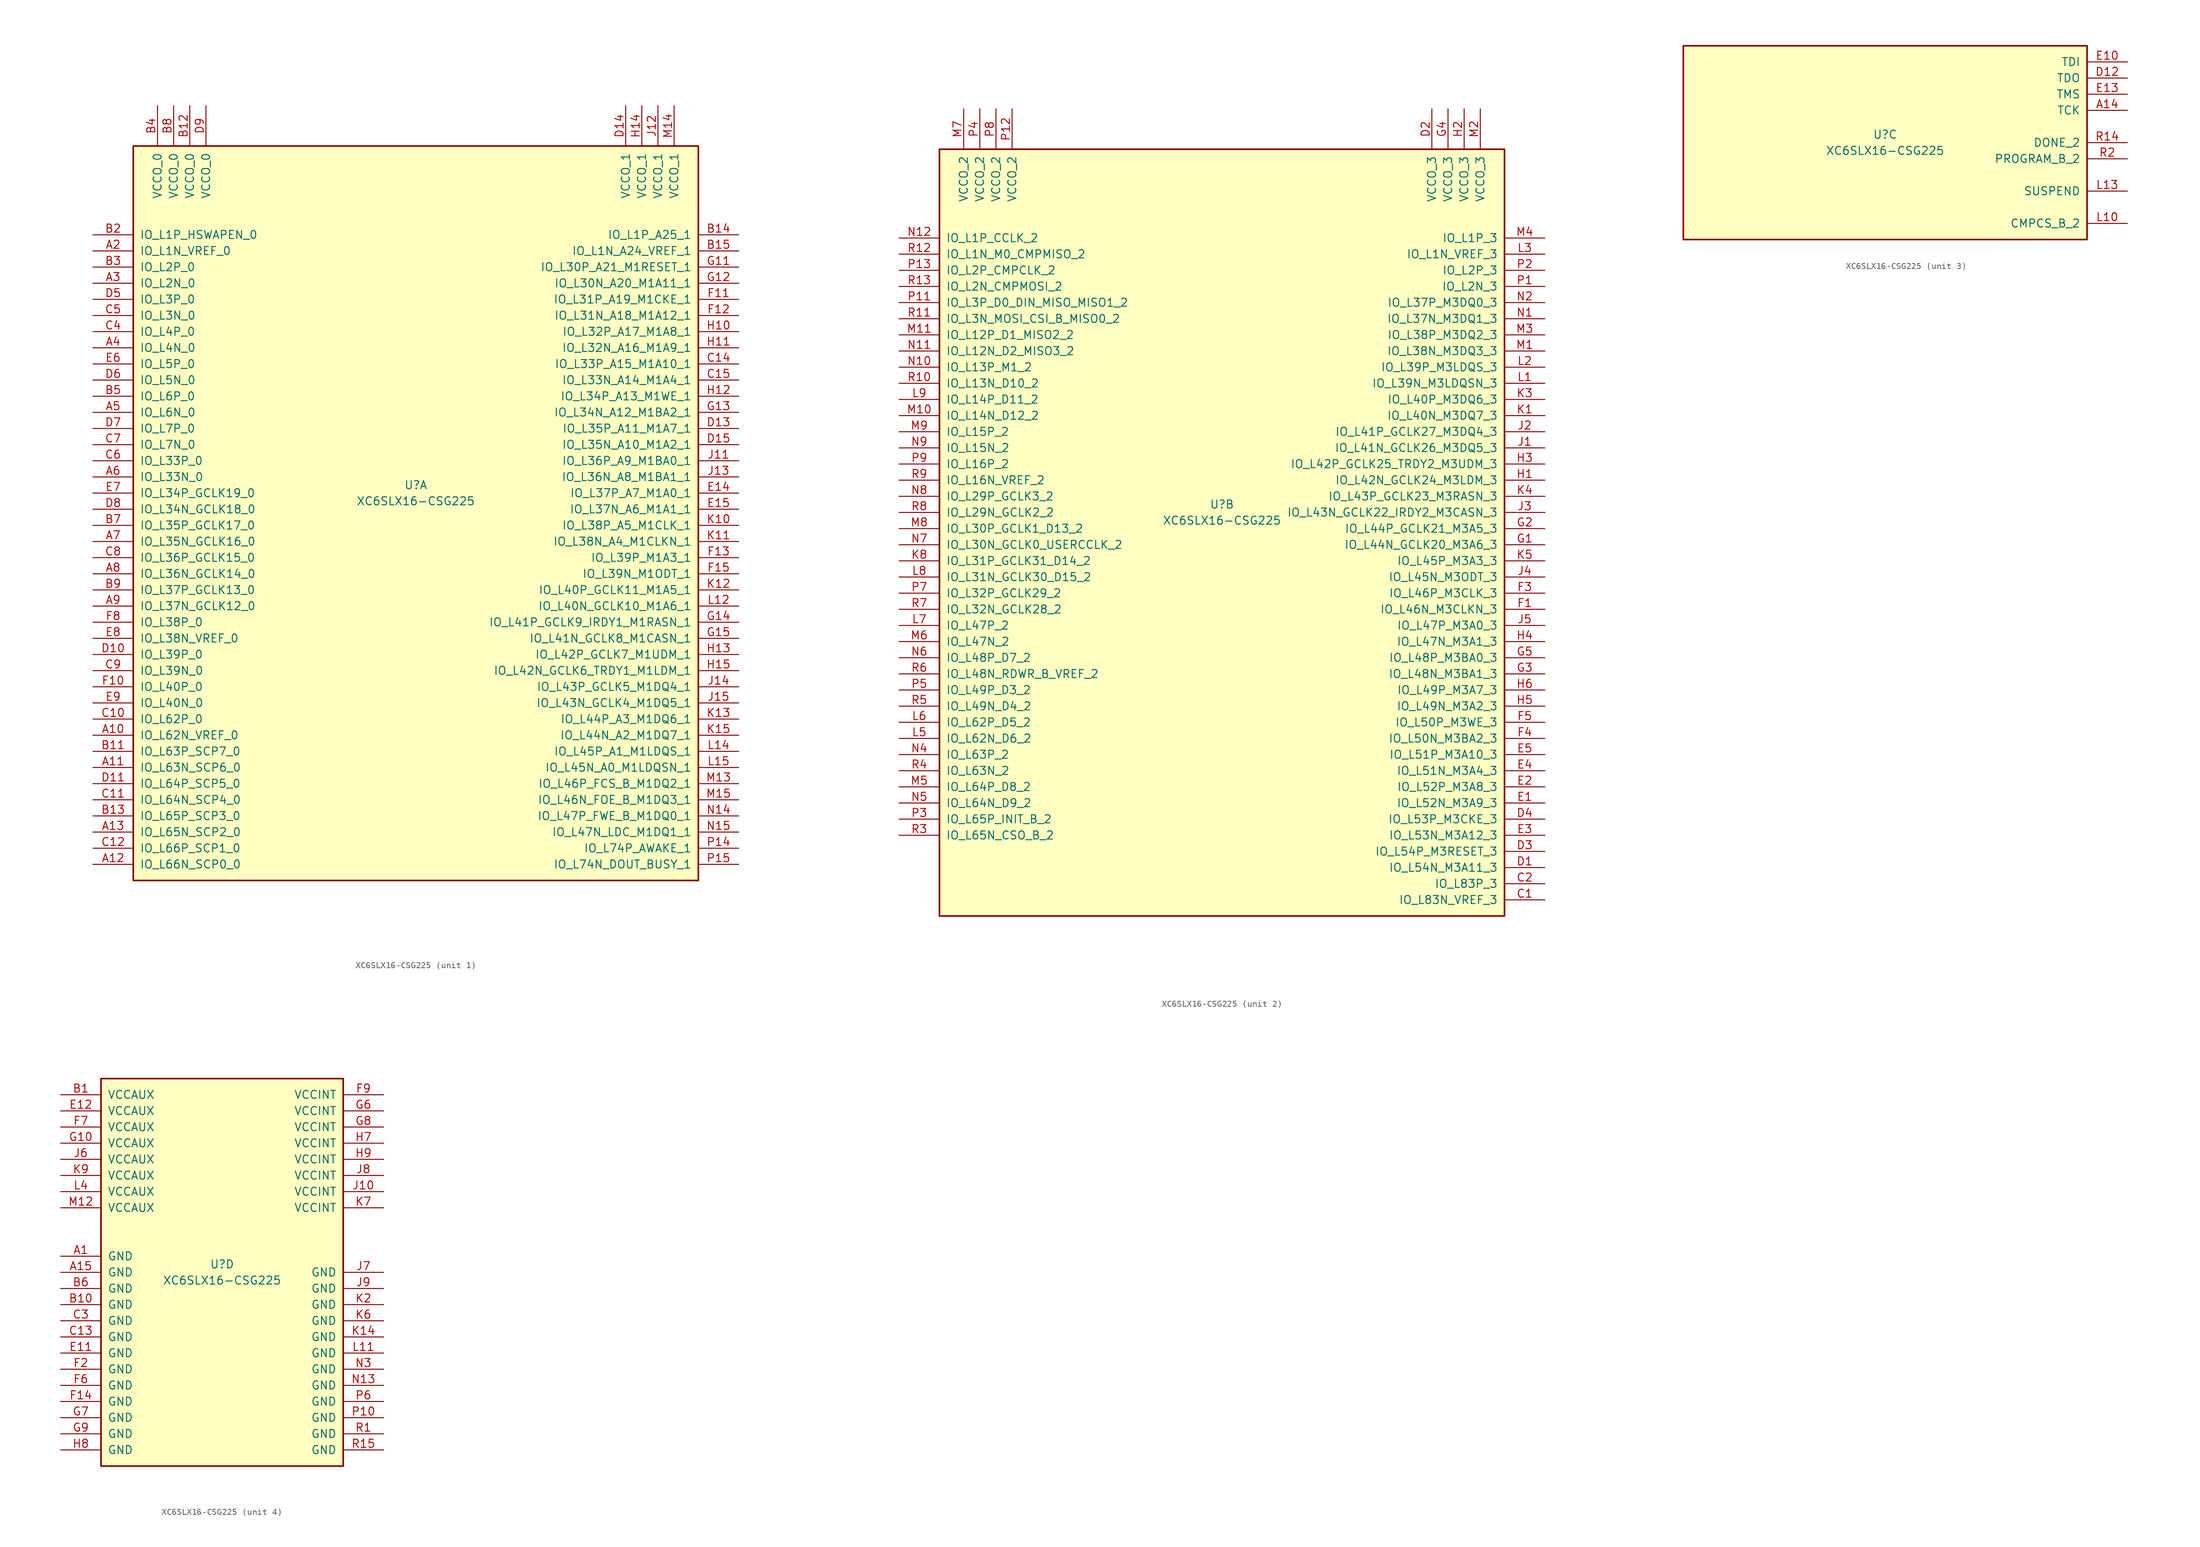
<source format=kicad_sym>
(kicad_symbol_lib
  (version 20201005)
  (generator kicad_symbol_editor)
  (symbol "XC6SLX16-CSG225"
    (pin_names
      (offset 1.016))
    (property "Reference" "U"
      (at 0 1.27 0)
      (effects (font (size 1.27 1.27))))
    (property "Value" "XC6SLX16-CSG225"
      (at 0 -1.27 0)
      (effects (font (size 1.27 1.27))))
    (property "Datasheet" ""
      (at 0 0 0)
      (effects (font (size 1.27 1.27))))
    (property "ki_locked" ""
      (at 0 0 0)
      (effects (font (size 1.27 1.27))))
    (symbol "XC6SLX16-CSG225_1_1"
      (rectangle (start -44.45 54.61) (end 44.45 -60.96) (stroke (width 0.254)) (fill (type background)))
      (pin power_in line (at -40.64 60.96 270) (length 6.35) (name "VCCO_0" (effects (font (size 1.27 1.27)))) (number "B4" (effects (font (size 1.27 1.27)))))
      (pin power_in line (at -38.1 60.96 270) (length 6.35) (name "VCCO_0" (effects (font (size 1.27 1.27)))) (number "B8" (effects (font (size 1.27 1.27)))))
      (pin power_in line (at -35.56 60.96 270) (length 6.35) (name "VCCO_0" (effects (font (size 1.27 1.27)))) (number "B12" (effects (font (size 1.27 1.27)))))
      (pin power_in line (at -33.02 60.96 270) (length 6.35) (name "VCCO_0" (effects (font (size 1.27 1.27)))) (number "D9" (effects (font (size 1.27 1.27)))))
      (pin bidirectional line (at -50.8 40.64 0) (length 6.35) (name "IO_L1P_HSWAPEN_0" (effects (font (size 1.27 1.27)))) (number "B2" (effects (font (size 1.27 1.27)))))
      (pin bidirectional line (at -50.8 38.1 0) (length 6.35) (name "IO_L1N_VREF_0" (effects (font (size 1.27 1.27)))) (number "A2" (effects (font (size 1.27 1.27)))))
      (pin bidirectional line (at -50.8 35.56 0) (length 6.35) (name "IO_L2P_0" (effects (font (size 1.27 1.27)))) (number "B3" (effects (font (size 1.27 1.27)))))
      (pin bidirectional line (at -50.8 33.02 0) (length 6.35) (name "IO_L2N_0" (effects (font (size 1.27 1.27)))) (number "A3" (effects (font (size 1.27 1.27)))))
      (pin bidirectional line (at -50.8 30.48 0) (length 6.35) (name "IO_L3P_0" (effects (font (size 1.27 1.27)))) (number "D5" (effects (font (size 1.27 1.27)))))
      (pin bidirectional line (at -50.8 27.94 0) (length 6.35) (name "IO_L3N_0" (effects (font (size 1.27 1.27)))) (number "C5" (effects (font (size 1.27 1.27)))))
      (pin bidirectional line (at -50.8 25.4 0) (length 6.35) (name "IO_L4P_0" (effects (font (size 1.27 1.27)))) (number "C4" (effects (font (size 1.27 1.27)))))
      (pin bidirectional line (at -50.8 22.86 0) (length 6.35) (name "IO_L4N_0" (effects (font (size 1.27 1.27)))) (number "A4" (effects (font (size 1.27 1.27)))))
      (pin bidirectional line (at -50.8 20.32 0) (length 6.35) (name "IO_L5P_0" (effects (font (size 1.27 1.27)))) (number "E6" (effects (font (size 1.27 1.27)))))
      (pin bidirectional line (at -50.8 17.78 0) (length 6.35) (name "IO_L5N_0" (effects (font (size 1.27 1.27)))) (number "D6" (effects (font (size 1.27 1.27)))))
      (pin bidirectional line (at -50.8 15.24 0) (length 6.35) (name "IO_L6P_0" (effects (font (size 1.27 1.27)))) (number "B5" (effects (font (size 1.27 1.27)))))
      (pin bidirectional line (at -50.8 12.7 0) (length 6.35) (name "IO_L6N_0" (effects (font (size 1.27 1.27)))) (number "A5" (effects (font (size 1.27 1.27)))))
      (pin bidirectional line (at -50.8 10.16 0) (length 6.35) (name "IO_L7P_0" (effects (font (size 1.27 1.27)))) (number "D7" (effects (font (size 1.27 1.27)))))
      (pin bidirectional line (at -50.8 7.62 0) (length 6.35) (name "IO_L7N_0" (effects (font (size 1.27 1.27)))) (number "C7" (effects (font (size 1.27 1.27)))))
      (pin bidirectional line (at -50.8 5.08 0) (length 6.35) (name "IO_L33P_0" (effects (font (size 1.27 1.27)))) (number "C6" (effects (font (size 1.27 1.27)))))
      (pin bidirectional line (at -50.8 2.54 0) (length 6.35) (name "IO_L33N_0" (effects (font (size 1.27 1.27)))) (number "A6" (effects (font (size 1.27 1.27)))))
      (pin bidirectional line (at -50.8 0 0) (length 6.35) (name "IO_L34P_GCLK19_0" (effects (font (size 1.27 1.27)))) (number "E7" (effects (font (size 1.27 1.27)))))
      (pin bidirectional line (at -50.8 -2.54 0) (length 6.35) (name "IO_L34N_GCLK18_0" (effects (font (size 1.27 1.27)))) (number "D8" (effects (font (size 1.27 1.27)))))
      (pin bidirectional line (at -50.8 -5.08 0) (length 6.35) (name "IO_L35P_GCLK17_0" (effects (font (size 1.27 1.27)))) (number "B7" (effects (font (size 1.27 1.27)))))
      (pin bidirectional line (at -50.8 -7.62 0) (length 6.35) (name "IO_L35N_GCLK16_0" (effects (font (size 1.27 1.27)))) (number "A7" (effects (font (size 1.27 1.27)))))
      (pin bidirectional line (at -50.8 -10.16 0) (length 6.35) (name "IO_L36P_GCLK15_0" (effects (font (size 1.27 1.27)))) (number "C8" (effects (font (size 1.27 1.27)))))
      (pin bidirectional line (at -50.8 -12.7 0) (length 6.35) (name "IO_L36N_GCLK14_0" (effects (font (size 1.27 1.27)))) (number "A8" (effects (font (size 1.27 1.27)))))
      (pin bidirectional line (at -50.8 -15.24 0) (length 6.35) (name "IO_L37P_GCLK13_0" (effects (font (size 1.27 1.27)))) (number "B9" (effects (font (size 1.27 1.27)))))
      (pin bidirectional line (at -50.8 -17.78 0) (length 6.35) (name "IO_L37N_GCLK12_0" (effects (font (size 1.27 1.27)))) (number "A9" (effects (font (size 1.27 1.27)))))
      (pin bidirectional line (at -50.8 -20.32 0) (length 6.35) (name "IO_L38P_0" (effects (font (size 1.27 1.27)))) (number "F8" (effects (font (size 1.27 1.27)))))
      (pin bidirectional line (at -50.8 -22.86 0) (length 6.35) (name "IO_L38N_VREF_0" (effects (font (size 1.27 1.27)))) (number "E8" (effects (font (size 1.27 1.27)))))
      (pin bidirectional line (at -50.8 -25.4 0) (length 6.35) (name "IO_L39P_0" (effects (font (size 1.27 1.27)))) (number "D10" (effects (font (size 1.27 1.27)))))
      (pin bidirectional line (at -50.8 -27.94 0) (length 6.35) (name "IO_L39N_0" (effects (font (size 1.27 1.27)))) (number "C9" (effects (font (size 1.27 1.27)))))
      (pin bidirectional line (at -50.8 -30.48 0) (length 6.35) (name "IO_L40P_0" (effects (font (size 1.27 1.27)))) (number "F10" (effects (font (size 1.27 1.27)))))
      (pin bidirectional line (at -50.8 -33.02 0) (length 6.35) (name "IO_L40N_0" (effects (font (size 1.27 1.27)))) (number "E9" (effects (font (size 1.27 1.27)))))
      (pin bidirectional line (at -50.8 -35.56 0) (length 6.35) (name "IO_L62P_0" (effects (font (size 1.27 1.27)))) (number "C10" (effects (font (size 1.27 1.27)))))
      (pin bidirectional line (at -50.8 -38.1 0) (length 6.35) (name "IO_L62N_VREF_0" (effects (font (size 1.27 1.27)))) (number "A10" (effects (font (size 1.27 1.27)))))
      (pin bidirectional line (at -50.8 -40.64 0) (length 6.35) (name "IO_L63P_SCP7_0" (effects (font (size 1.27 1.27)))) (number "B11" (effects (font (size 1.27 1.27)))))
      (pin bidirectional line (at -50.8 -43.18 0) (length 6.35) (name "IO_L63N_SCP6_0" (effects (font (size 1.27 1.27)))) (number "A11" (effects (font (size 1.27 1.27)))))
      (pin bidirectional line (at -50.8 -45.72 0) (length 6.35) (name "IO_L64P_SCP5_0" (effects (font (size 1.27 1.27)))) (number "D11" (effects (font (size 1.27 1.27)))))
      (pin bidirectional line (at -50.8 -48.26 0) (length 6.35) (name "IO_L64N_SCP4_0" (effects (font (size 1.27 1.27)))) (number "C11" (effects (font (size 1.27 1.27)))))
      (pin bidirectional line (at -50.8 -50.8 0) (length 6.35) (name "IO_L65P_SCP3_0" (effects (font (size 1.27 1.27)))) (number "B13" (effects (font (size 1.27 1.27)))))
      (pin bidirectional line (at -50.8 -53.34 0) (length 6.35) (name "IO_L65N_SCP2_0" (effects (font (size 1.27 1.27)))) (number "A13" (effects (font (size 1.27 1.27)))))
      (pin bidirectional line (at -50.8 -55.88 0) (length 6.35) (name "IO_L66P_SCP1_0" (effects (font (size 1.27 1.27)))) (number "C12" (effects (font (size 1.27 1.27)))))
      (pin bidirectional line (at -50.8 -58.42 0) (length 6.35) (name "IO_L66N_SCP0_0" (effects (font (size 1.27 1.27)))) (number "A12" (effects (font (size 1.27 1.27)))))
      (pin power_in line (at 33.02 60.96 270) (length 6.35) (name "VCCO_1" (effects (font (size 1.27 1.27)))) (number "D14" (effects (font (size 1.27 1.27)))))
      (pin power_in line (at 35.56 60.96 270) (length 6.35) (name "VCCO_1" (effects (font (size 1.27 1.27)))) (number "H14" (effects (font (size 1.27 1.27)))))
      (pin power_in line (at 38.1 60.96 270) (length 6.35) (name "VCCO_1" (effects (font (size 1.27 1.27)))) (number "J12" (effects (font (size 1.27 1.27)))))
      (pin power_in line (at 40.64 60.96 270) (length 6.35) (name "VCCO_1" (effects (font (size 1.27 1.27)))) (number "M14" (effects (font (size 1.27 1.27)))))
      (pin bidirectional line (at 50.8 40.64 180) (length 6.35) (name "IO_L1P_A25_1" (effects (font (size 1.27 1.27)))) (number "B14" (effects (font (size 1.27 1.27)))))
      (pin bidirectional line (at 50.8 38.1 180) (length 6.35) (name "IO_L1N_A24_VREF_1" (effects (font (size 1.27 1.27)))) (number "B15" (effects (font (size 1.27 1.27)))))
      (pin bidirectional line (at 50.8 35.56 180) (length 6.35) (name "IO_L30P_A21_M1RESET_1" (effects (font (size 1.27 1.27)))) (number "G11" (effects (font (size 1.27 1.27)))))
      (pin bidirectional line (at 50.8 33.02 180) (length 6.35) (name "IO_L30N_A20_M1A11_1" (effects (font (size 1.27 1.27)))) (number "G12" (effects (font (size 1.27 1.27)))))
      (pin bidirectional line (at 50.8 30.48 180) (length 6.35) (name "IO_L31P_A19_M1CKE_1" (effects (font (size 1.27 1.27)))) (number "F11" (effects (font (size 1.27 1.27)))))
      (pin bidirectional line (at 50.8 27.94 180) (length 6.35) (name "IO_L31N_A18_M1A12_1" (effects (font (size 1.27 1.27)))) (number "F12" (effects (font (size 1.27 1.27)))))
      (pin bidirectional line (at 50.8 25.4 180) (length 6.35) (name "IO_L32P_A17_M1A8_1" (effects (font (size 1.27 1.27)))) (number "H10" (effects (font (size 1.27 1.27)))))
      (pin bidirectional line (at 50.8 22.86 180) (length 6.35) (name "IO_L32N_A16_M1A9_1" (effects (font (size 1.27 1.27)))) (number "H11" (effects (font (size 1.27 1.27)))))
      (pin bidirectional line (at 50.8 20.32 180) (length 6.35) (name "IO_L33P_A15_M1A10_1" (effects (font (size 1.27 1.27)))) (number "C14" (effects (font (size 1.27 1.27)))))
      (pin bidirectional line (at 50.8 17.78 180) (length 6.35) (name "IO_L33N_A14_M1A4_1" (effects (font (size 1.27 1.27)))) (number "C15" (effects (font (size 1.27 1.27)))))
      (pin bidirectional line (at 50.8 15.24 180) (length 6.35) (name "IO_L34P_A13_M1WE_1" (effects (font (size 1.27 1.27)))) (number "H12" (effects (font (size 1.27 1.27)))))
      (pin bidirectional line (at 50.8 12.7 180) (length 6.35) (name "IO_L34N_A12_M1BA2_1" (effects (font (size 1.27 1.27)))) (number "G13" (effects (font (size 1.27 1.27)))))
      (pin bidirectional line (at 50.8 10.16 180) (length 6.35) (name "IO_L35P_A11_M1A7_1" (effects (font (size 1.27 1.27)))) (number "D13" (effects (font (size 1.27 1.27)))))
      (pin bidirectional line (at 50.8 7.62 180) (length 6.35) (name "IO_L35N_A10_M1A2_1" (effects (font (size 1.27 1.27)))) (number "D15" (effects (font (size 1.27 1.27)))))
      (pin bidirectional line (at 50.8 5.08 180) (length 6.35) (name "IO_L36P_A9_M1BA0_1" (effects (font (size 1.27 1.27)))) (number "J11" (effects (font (size 1.27 1.27)))))
      (pin bidirectional line (at 50.8 2.54 180) (length 6.35) (name "IO_L36N_A8_M1BA1_1" (effects (font (size 1.27 1.27)))) (number "J13" (effects (font (size 1.27 1.27)))))
      (pin bidirectional line (at 50.8 0 180) (length 6.35) (name "IO_L37P_A7_M1A0_1" (effects (font (size 1.27 1.27)))) (number "E14" (effects (font (size 1.27 1.27)))))
      (pin bidirectional line (at 50.8 -2.54 180) (length 6.35) (name "IO_L37N_A6_M1A1_1" (effects (font (size 1.27 1.27)))) (number "E15" (effects (font (size 1.27 1.27)))))
      (pin bidirectional line (at 50.8 -5.08 180) (length 6.35) (name "IO_L38P_A5_M1CLK_1" (effects (font (size 1.27 1.27)))) (number "K10" (effects (font (size 1.27 1.27)))))
      (pin bidirectional line (at 50.8 -7.62 180) (length 6.35) (name "IO_L38N_A4_M1CLKN_1" (effects (font (size 1.27 1.27)))) (number "K11" (effects (font (size 1.27 1.27)))))
      (pin bidirectional line (at 50.8 -10.16 180) (length 6.35) (name "IO_L39P_M1A3_1" (effects (font (size 1.27 1.27)))) (number "F13" (effects (font (size 1.27 1.27)))))
      (pin bidirectional line (at 50.8 -12.7 180) (length 6.35) (name "IO_L39N_M1ODT_1" (effects (font (size 1.27 1.27)))) (number "F15" (effects (font (size 1.27 1.27)))))
      (pin bidirectional line (at 50.8 -15.24 180) (length 6.35) (name "IO_L40P_GCLK11_M1A5_1" (effects (font (size 1.27 1.27)))) (number "K12" (effects (font (size 1.27 1.27)))))
      (pin bidirectional line (at 50.8 -17.78 180) (length 6.35) (name "IO_L40N_GCLK10_M1A6_1" (effects (font (size 1.27 1.27)))) (number "L12" (effects (font (size 1.27 1.27)))))
      (pin bidirectional line (at 50.8 -20.32 180) (length 6.35) (name "IO_L41P_GCLK9_IRDY1_M1RASN_1" (effects (font (size 1.27 1.27)))) (number "G14" (effects (font (size 1.27 1.27)))))
      (pin bidirectional line (at 50.8 -22.86 180) (length 6.35) (name "IO_L41N_GCLK8_M1CASN_1" (effects (font (size 1.27 1.27)))) (number "G15" (effects (font (size 1.27 1.27)))))
      (pin bidirectional line (at 50.8 -25.4 180) (length 6.35) (name "IO_L42P_GCLK7_M1UDM_1" (effects (font (size 1.27 1.27)))) (number "H13" (effects (font (size 1.27 1.27)))))
      (pin bidirectional line (at 50.8 -27.94 180) (length 6.35) (name "IO_L42N_GCLK6_TRDY1_M1LDM_1" (effects (font (size 1.27 1.27)))) (number "H15" (effects (font (size 1.27 1.27)))))
      (pin bidirectional line (at 50.8 -30.48 180) (length 6.35) (name "IO_L43P_GCLK5_M1DQ4_1" (effects (font (size 1.27 1.27)))) (number "J14" (effects (font (size 1.27 1.27)))))
      (pin bidirectional line (at 50.8 -33.02 180) (length 6.35) (name "IO_L43N_GCLK4_M1DQ5_1" (effects (font (size 1.27 1.27)))) (number "J15" (effects (font (size 1.27 1.27)))))
      (pin bidirectional line (at 50.8 -35.56 180) (length 6.35) (name "IO_L44P_A3_M1DQ6_1" (effects (font (size 1.27 1.27)))) (number "K13" (effects (font (size 1.27 1.27)))))
      (pin bidirectional line (at 50.8 -38.1 180) (length 6.35) (name "IO_L44N_A2_M1DQ7_1" (effects (font (size 1.27 1.27)))) (number "K15" (effects (font (size 1.27 1.27)))))
      (pin bidirectional line (at 50.8 -40.64 180) (length 6.35) (name "IO_L45P_A1_M1LDQS_1" (effects (font (size 1.27 1.27)))) (number "L14" (effects (font (size 1.27 1.27)))))
      (pin bidirectional line (at 50.8 -43.18 180) (length 6.35) (name "IO_L45N_A0_M1LDQSN_1" (effects (font (size 1.27 1.27)))) (number "L15" (effects (font (size 1.27 1.27)))))
      (pin bidirectional line (at 50.8 -45.72 180) (length 6.35) (name "IO_L46P_FCS_B_M1DQ2_1" (effects (font (size 1.27 1.27)))) (number "M13" (effects (font (size 1.27 1.27)))))
      (pin bidirectional line (at 50.8 -48.26 180) (length 6.35) (name "IO_L46N_FOE_B_M1DQ3_1" (effects (font (size 1.27 1.27)))) (number "M15" (effects (font (size 1.27 1.27)))))
      (pin bidirectional line (at 50.8 -50.8 180) (length 6.35) (name "IO_L47P_FWE_B_M1DQ0_1" (effects (font (size 1.27 1.27)))) (number "N14" (effects (font (size 1.27 1.27)))))
      (pin bidirectional line (at 50.8 -53.34 180) (length 6.35) (name "IO_L47N_LDC_M1DQ1_1" (effects (font (size 1.27 1.27)))) (number "N15" (effects (font (size 1.27 1.27)))))
      (pin bidirectional line (at 50.8 -55.88 180) (length 6.35) (name "IO_L74P_AWAKE_1" (effects (font (size 1.27 1.27)))) (number "P14" (effects (font (size 1.27 1.27)))))
      (pin bidirectional line (at 50.8 -58.42 180) (length 6.35) (name "IO_L74N_DOUT_BUSY_1" (effects (font (size 1.27 1.27)))) (number "P15" (effects (font (size 1.27 1.27))))))
    (symbol "XC6SLX16-CSG225_2_1"
      (rectangle (start -44.45 57.15) (end 44.45 -63.5) (stroke (width 0.254)) (fill (type background)))
      (pin power_in line (at -40.64 63.5 270) (length 6.35) (name "VCCO_2" (effects (font (size 1.27 1.27)))) (number "M7" (effects (font (size 1.27 1.27)))))
      (pin power_in line (at -38.1 63.5 270) (length 6.35) (name "VCCO_2" (effects (font (size 1.27 1.27)))) (number "P4" (effects (font (size 1.27 1.27)))))
      (pin power_in line (at -35.56 63.5 270) (length 6.35) (name "VCCO_2" (effects (font (size 1.27 1.27)))) (number "P8" (effects (font (size 1.27 1.27)))))
      (pin power_in line (at -33.02 63.5 270) (length 6.35) (name "VCCO_2" (effects (font (size 1.27 1.27)))) (number "P12" (effects (font (size 1.27 1.27)))))
      (pin bidirectional line (at -50.8 43.18 0) (length 6.35) (name "IO_L1P_CCLK_2" (effects (font (size 1.27 1.27)))) (number "N12" (effects (font (size 1.27 1.27)))))
      (pin bidirectional line (at -50.8 40.64 0) (length 6.35) (name "IO_L1N_M0_CMPMISO_2" (effects (font (size 1.27 1.27)))) (number "R12" (effects (font (size 1.27 1.27)))))
      (pin bidirectional line (at -50.8 38.1 0) (length 6.35) (name "IO_L2P_CMPCLK_2" (effects (font (size 1.27 1.27)))) (number "P13" (effects (font (size 1.27 1.27)))))
      (pin bidirectional line (at -50.8 35.56 0) (length 6.35) (name "IO_L2N_CMPMOSI_2" (effects (font (size 1.27 1.27)))) (number "R13" (effects (font (size 1.27 1.27)))))
      (pin bidirectional line (at -50.8 33.02 0) (length 6.35) (name "IO_L3P_D0_DIN_MISO_MISO1_2" (effects (font (size 1.27 1.27)))) (number "P11" (effects (font (size 1.27 1.27)))))
      (pin bidirectional line (at -50.8 30.48 0) (length 6.35) (name "IO_L3N_MOSI_CSI_B_MISO0_2" (effects (font (size 1.27 1.27)))) (number "R11" (effects (font (size 1.27 1.27)))))
      (pin bidirectional line (at -50.8 27.94 0) (length 6.35) (name "IO_L12P_D1_MISO2_2" (effects (font (size 1.27 1.27)))) (number "M11" (effects (font (size 1.27 1.27)))))
      (pin bidirectional line (at -50.8 25.4 0) (length 6.35) (name "IO_L12N_D2_MISO3_2" (effects (font (size 1.27 1.27)))) (number "N11" (effects (font (size 1.27 1.27)))))
      (pin bidirectional line (at -50.8 22.86 0) (length 6.35) (name "IO_L13P_M1_2" (effects (font (size 1.27 1.27)))) (number "N10" (effects (font (size 1.27 1.27)))))
      (pin bidirectional line (at -50.8 20.32 0) (length 6.35) (name "IO_L13N_D10_2" (effects (font (size 1.27 1.27)))) (number "R10" (effects (font (size 1.27 1.27)))))
      (pin bidirectional line (at -50.8 17.78 0) (length 6.35) (name "IO_L14P_D11_2" (effects (font (size 1.27 1.27)))) (number "L9" (effects (font (size 1.27 1.27)))))
      (pin bidirectional line (at -50.8 15.24 0) (length 6.35) (name "IO_L14N_D12_2" (effects (font (size 1.27 1.27)))) (number "M10" (effects (font (size 1.27 1.27)))))
      (pin bidirectional line (at -50.8 12.7 0) (length 6.35) (name "IO_L15P_2" (effects (font (size 1.27 1.27)))) (number "M9" (effects (font (size 1.27 1.27)))))
      (pin bidirectional line (at -50.8 10.16 0) (length 6.35) (name "IO_L15N_2" (effects (font (size 1.27 1.27)))) (number "N9" (effects (font (size 1.27 1.27)))))
      (pin bidirectional line (at -50.8 7.62 0) (length 6.35) (name "IO_L16P_2" (effects (font (size 1.27 1.27)))) (number "P9" (effects (font (size 1.27 1.27)))))
      (pin bidirectional line (at -50.8 5.08 0) (length 6.35) (name "IO_L16N_VREF_2" (effects (font (size 1.27 1.27)))) (number "R9" (effects (font (size 1.27 1.27)))))
      (pin bidirectional line (at -50.8 2.54 0) (length 6.35) (name "IO_L29P_GCLK3_2" (effects (font (size 1.27 1.27)))) (number "N8" (effects (font (size 1.27 1.27)))))
      (pin bidirectional line (at -50.8 0 0) (length 6.35) (name "IO_L29N_GCLK2_2" (effects (font (size 1.27 1.27)))) (number "R8" (effects (font (size 1.27 1.27)))))
      (pin bidirectional line (at -50.8 -2.54 0) (length 6.35) (name "IO_L30P_GCLK1_D13_2" (effects (font (size 1.27 1.27)))) (number "M8" (effects (font (size 1.27 1.27)))))
      (pin bidirectional line (at -50.8 -5.08 0) (length 6.35) (name "IO_L30N_GCLK0_USERCCLK_2" (effects (font (size 1.27 1.27)))) (number "N7" (effects (font (size 1.27 1.27)))))
      (pin bidirectional line (at -50.8 -7.62 0) (length 6.35) (name "IO_L31P_GCLK31_D14_2" (effects (font (size 1.27 1.27)))) (number "K8" (effects (font (size 1.27 1.27)))))
      (pin bidirectional line (at -50.8 -10.16 0) (length 6.35) (name "IO_L31N_GCLK30_D15_2" (effects (font (size 1.27 1.27)))) (number "L8" (effects (font (size 1.27 1.27)))))
      (pin bidirectional line (at -50.8 -12.7 0) (length 6.35) (name "IO_L32P_GCLK29_2" (effects (font (size 1.27 1.27)))) (number "P7" (effects (font (size 1.27 1.27)))))
      (pin bidirectional line (at -50.8 -15.24 0) (length 6.35) (name "IO_L32N_GCLK28_2" (effects (font (size 1.27 1.27)))) (number "R7" (effects (font (size 1.27 1.27)))))
      (pin bidirectional line (at -50.8 -17.78 0) (length 6.35) (name "IO_L47P_2" (effects (font (size 1.27 1.27)))) (number "L7" (effects (font (size 1.27 1.27)))))
      (pin bidirectional line (at -50.8 -20.32 0) (length 6.35) (name "IO_L47N_2" (effects (font (size 1.27 1.27)))) (number "M6" (effects (font (size 1.27 1.27)))))
      (pin bidirectional line (at -50.8 -22.86 0) (length 6.35) (name "IO_L48P_D7_2" (effects (font (size 1.27 1.27)))) (number "N6" (effects (font (size 1.27 1.27)))))
      (pin bidirectional line (at -50.8 -25.4 0) (length 6.35) (name "IO_L48N_RDWR_B_VREF_2" (effects (font (size 1.27 1.27)))) (number "R6" (effects (font (size 1.27 1.27)))))
      (pin bidirectional line (at -50.8 -27.94 0) (length 6.35) (name "IO_L49P_D3_2" (effects (font (size 1.27 1.27)))) (number "P5" (effects (font (size 1.27 1.27)))))
      (pin bidirectional line (at -50.8 -30.48 0) (length 6.35) (name "IO_L49N_D4_2" (effects (font (size 1.27 1.27)))) (number "R5" (effects (font (size 1.27 1.27)))))
      (pin bidirectional line (at -50.8 -33.02 0) (length 6.35) (name "IO_L62P_D5_2" (effects (font (size 1.27 1.27)))) (number "L6" (effects (font (size 1.27 1.27)))))
      (pin bidirectional line (at -50.8 -35.56 0) (length 6.35) (name "IO_L62N_D6_2" (effects (font (size 1.27 1.27)))) (number "L5" (effects (font (size 1.27 1.27)))))
      (pin bidirectional line (at -50.8 -38.1 0) (length 6.35) (name "IO_L63P_2" (effects (font (size 1.27 1.27)))) (number "N4" (effects (font (size 1.27 1.27)))))
      (pin bidirectional line (at -50.8 -40.64 0) (length 6.35) (name "IO_L63N_2" (effects (font (size 1.27 1.27)))) (number "R4" (effects (font (size 1.27 1.27)))))
      (pin bidirectional line (at -50.8 -43.18 0) (length 6.35) (name "IO_L64P_D8_2" (effects (font (size 1.27 1.27)))) (number "M5" (effects (font (size 1.27 1.27)))))
      (pin bidirectional line (at -50.8 -45.72 0) (length 6.35) (name "IO_L64N_D9_2" (effects (font (size 1.27 1.27)))) (number "N5" (effects (font (size 1.27 1.27)))))
      (pin bidirectional line (at -50.8 -48.26 0) (length 6.35) (name "IO_L65P_INIT_B_2" (effects (font (size 1.27 1.27)))) (number "P3" (effects (font (size 1.27 1.27)))))
      (pin bidirectional line (at -50.8 -50.8 0) (length 6.35) (name "IO_L65N_CSO_B_2" (effects (font (size 1.27 1.27)))) (number "R3" (effects (font (size 1.27 1.27)))))
      (pin power_in line (at 33.02 63.5 270) (length 6.35) (name "VCCO_3" (effects (font (size 1.27 1.27)))) (number "D2" (effects (font (size 1.27 1.27)))))
      (pin power_in line (at 35.56 63.5 270) (length 6.35) (name "VCCO_3" (effects (font (size 1.27 1.27)))) (number "G4" (effects (font (size 1.27 1.27)))))
      (pin power_in line (at 38.1 63.5 270) (length 6.35) (name "VCCO_3" (effects (font (size 1.27 1.27)))) (number "H2" (effects (font (size 1.27 1.27)))))
      (pin power_in line (at 40.64 63.5 270) (length 6.35) (name "VCCO_3" (effects (font (size 1.27 1.27)))) (number "M2" (effects (font (size 1.27 1.27)))))
      (pin bidirectional line (at 50.8 43.18 180) (length 6.35) (name "IO_L1P_3" (effects (font (size 1.27 1.27)))) (number "M4" (effects (font (size 1.27 1.27)))))
      (pin bidirectional line (at 50.8 40.64 180) (length 6.35) (name "IO_L1N_VREF_3" (effects (font (size 1.27 1.27)))) (number "L3" (effects (font (size 1.27 1.27)))))
      (pin bidirectional line (at 50.8 38.1 180) (length 6.35) (name "IO_L2P_3" (effects (font (size 1.27 1.27)))) (number "P2" (effects (font (size 1.27 1.27)))))
      (pin bidirectional line (at 50.8 35.56 180) (length 6.35) (name "IO_L2N_3" (effects (font (size 1.27 1.27)))) (number "P1" (effects (font (size 1.27 1.27)))))
      (pin bidirectional line (at 50.8 33.02 180) (length 6.35) (name "IO_L37P_M3DQ0_3" (effects (font (size 1.27 1.27)))) (number "N2" (effects (font (size 1.27 1.27)))))
      (pin bidirectional line (at 50.8 30.48 180) (length 6.35) (name "IO_L37N_M3DQ1_3" (effects (font (size 1.27 1.27)))) (number "N1" (effects (font (size 1.27 1.27)))))
      (pin bidirectional line (at 50.8 27.94 180) (length 6.35) (name "IO_L38P_M3DQ2_3" (effects (font (size 1.27 1.27)))) (number "M3" (effects (font (size 1.27 1.27)))))
      (pin bidirectional line (at 50.8 25.4 180) (length 6.35) (name "IO_L38N_M3DQ3_3" (effects (font (size 1.27 1.27)))) (number "M1" (effects (font (size 1.27 1.27)))))
      (pin bidirectional line (at 50.8 22.86 180) (length 6.35) (name "IO_L39P_M3LDQS_3" (effects (font (size 1.27 1.27)))) (number "L2" (effects (font (size 1.27 1.27)))))
      (pin bidirectional line (at 50.8 20.32 180) (length 6.35) (name "IO_L39N_M3LDQSN_3" (effects (font (size 1.27 1.27)))) (number "L1" (effects (font (size 1.27 1.27)))))
      (pin bidirectional line (at 50.8 17.78 180) (length 6.35) (name "IO_L40P_M3DQ6_3" (effects (font (size 1.27 1.27)))) (number "K3" (effects (font (size 1.27 1.27)))))
      (pin bidirectional line (at 50.8 15.24 180) (length 6.35) (name "IO_L40N_M3DQ7_3" (effects (font (size 1.27 1.27)))) (number "K1" (effects (font (size 1.27 1.27)))))
      (pin bidirectional line (at 50.8 12.7 180) (length 6.35) (name "IO_L41P_GCLK27_M3DQ4_3" (effects (font (size 1.27 1.27)))) (number "J2" (effects (font (size 1.27 1.27)))))
      (pin bidirectional line (at 50.8 10.16 180) (length 6.35) (name "IO_L41N_GCLK26_M3DQ5_3" (effects (font (size 1.27 1.27)))) (number "J1" (effects (font (size 1.27 1.27)))))
      (pin bidirectional line (at 50.8 7.62 180) (length 6.35) (name "IO_L42P_GCLK25_TRDY2_M3UDM_3" (effects (font (size 1.27 1.27)))) (number "H3" (effects (font (size 1.27 1.27)))))
      (pin bidirectional line (at 50.8 5.08 180) (length 6.35) (name "IO_L42N_GCLK24_M3LDM_3" (effects (font (size 1.27 1.27)))) (number "H1" (effects (font (size 1.27 1.27)))))
      (pin bidirectional line (at 50.8 2.54 180) (length 6.35) (name "IO_L43P_GCLK23_M3RASN_3" (effects (font (size 1.27 1.27)))) (number "K4" (effects (font (size 1.27 1.27)))))
      (pin bidirectional line (at 50.8 0 180) (length 6.35) (name "IO_L43N_GCLK22_IRDY2_M3CASN_3" (effects (font (size 1.27 1.27)))) (number "J3" (effects (font (size 1.27 1.27)))))
      (pin bidirectional line (at 50.8 -2.54 180) (length 6.35) (name "IO_L44P_GCLK21_M3A5_3" (effects (font (size 1.27 1.27)))) (number "G2" (effects (font (size 1.27 1.27)))))
      (pin bidirectional line (at 50.8 -5.08 180) (length 6.35) (name "IO_L44N_GCLK20_M3A6_3" (effects (font (size 1.27 1.27)))) (number "G1" (effects (font (size 1.27 1.27)))))
      (pin bidirectional line (at 50.8 -7.62 180) (length 6.35) (name "IO_L45P_M3A3_3" (effects (font (size 1.27 1.27)))) (number "K5" (effects (font (size 1.27 1.27)))))
      (pin bidirectional line (at 50.8 -10.16 180) (length 6.35) (name "IO_L45N_M3ODT_3" (effects (font (size 1.27 1.27)))) (number "J4" (effects (font (size 1.27 1.27)))))
      (pin bidirectional line (at 50.8 -12.7 180) (length 6.35) (name "IO_L46P_M3CLK_3" (effects (font (size 1.27 1.27)))) (number "F3" (effects (font (size 1.27 1.27)))))
      (pin bidirectional line (at 50.8 -15.24 180) (length 6.35) (name "IO_L46N_M3CLKN_3" (effects (font (size 1.27 1.27)))) (number "F1" (effects (font (size 1.27 1.27)))))
      (pin bidirectional line (at 50.8 -17.78 180) (length 6.35) (name "IO_L47P_M3A0_3" (effects (font (size 1.27 1.27)))) (number "J5" (effects (font (size 1.27 1.27)))))
      (pin bidirectional line (at 50.8 -20.32 180) (length 6.35) (name "IO_L47N_M3A1_3" (effects (font (size 1.27 1.27)))) (number "H4" (effects (font (size 1.27 1.27)))))
      (pin bidirectional line (at 50.8 -22.86 180) (length 6.35) (name "IO_L48P_M3BA0_3" (effects (font (size 1.27 1.27)))) (number "G5" (effects (font (size 1.27 1.27)))))
      (pin bidirectional line (at 50.8 -25.4 180) (length 6.35) (name "IO_L48N_M3BA1_3" (effects (font (size 1.27 1.27)))) (number "G3" (effects (font (size 1.27 1.27)))))
      (pin bidirectional line (at 50.8 -27.94 180) (length 6.35) (name "IO_L49P_M3A7_3" (effects (font (size 1.27 1.27)))) (number "H6" (effects (font (size 1.27 1.27)))))
      (pin bidirectional line (at 50.8 -30.48 180) (length 6.35) (name "IO_L49N_M3A2_3" (effects (font (size 1.27 1.27)))) (number "H5" (effects (font (size 1.27 1.27)))))
      (pin bidirectional line (at 50.8 -33.02 180) (length 6.35) (name "IO_L50P_M3WE_3" (effects (font (size 1.27 1.27)))) (number "F5" (effects (font (size 1.27 1.27)))))
      (pin bidirectional line (at 50.8 -35.56 180) (length 6.35) (name "IO_L50N_M3BA2_3" (effects (font (size 1.27 1.27)))) (number "F4" (effects (font (size 1.27 1.27)))))
      (pin bidirectional line (at 50.8 -38.1 180) (length 6.35) (name "IO_L51P_M3A10_3" (effects (font (size 1.27 1.27)))) (number "E5" (effects (font (size 1.27 1.27)))))
      (pin bidirectional line (at 50.8 -40.64 180) (length 6.35) (name "IO_L51N_M3A4_3" (effects (font (size 1.27 1.27)))) (number "E4" (effects (font (size 1.27 1.27)))))
      (pin bidirectional line (at 50.8 -43.18 180) (length 6.35) (name "IO_L52P_M3A8_3" (effects (font (size 1.27 1.27)))) (number "E2" (effects (font (size 1.27 1.27)))))
      (pin bidirectional line (at 50.8 -45.72 180) (length 6.35) (name "IO_L52N_M3A9_3" (effects (font (size 1.27 1.27)))) (number "E1" (effects (font (size 1.27 1.27)))))
      (pin bidirectional line (at 50.8 -48.26 180) (length 6.35) (name "IO_L53P_M3CKE_3" (effects (font (size 1.27 1.27)))) (number "D4" (effects (font (size 1.27 1.27)))))
      (pin bidirectional line (at 50.8 -50.8 180) (length 6.35) (name "IO_L53N_M3A12_3" (effects (font (size 1.27 1.27)))) (number "E3" (effects (font (size 1.27 1.27)))))
      (pin bidirectional line (at 50.8 -53.34 180) (length 6.35) (name "IO_L54P_M3RESET_3" (effects (font (size 1.27 1.27)))) (number "D3" (effects (font (size 1.27 1.27)))))
      (pin bidirectional line (at 50.8 -55.88 180) (length 6.35) (name "IO_L54N_M3A11_3" (effects (font (size 1.27 1.27)))) (number "D1" (effects (font (size 1.27 1.27)))))
      (pin bidirectional line (at 50.8 -58.42 180) (length 6.35) (name "IO_L83P_3" (effects (font (size 1.27 1.27)))) (number "C2" (effects (font (size 1.27 1.27)))))
      (pin bidirectional line (at 50.8 -60.96 180) (length 6.35) (name "IO_L83N_VREF_3" (effects (font (size 1.27 1.27)))) (number "C1" (effects (font (size 1.27 1.27))))))
    (symbol "XC6SLX16-CSG225_3_1"
      (rectangle (start -31.75 15.24) (end 31.75 -15.24) (stroke (width 0.254)) (fill (type background)))
      (pin bidirectional line (at 38.1 12.7 180) (length 6.35) (name "TDI" (effects (font (size 1.27 1.27)))) (number "E10" (effects (font (size 1.27 1.27)))))
      (pin bidirectional line (at 38.1 10.16 180) (length 6.35) (name "TDO" (effects (font (size 1.27 1.27)))) (number "D12" (effects (font (size 1.27 1.27)))))
      (pin bidirectional line (at 38.1 7.62 180) (length 6.35) (name "TMS" (effects (font (size 1.27 1.27)))) (number "E13" (effects (font (size 1.27 1.27)))))
      (pin bidirectional line (at 38.1 5.08 180) (length 6.35) (name "TCK" (effects (font (size 1.27 1.27)))) (number "A14" (effects (font (size 1.27 1.27)))))
      (pin bidirectional line (at 38.1 0 180) (length 6.35) (name "DONE_2" (effects (font (size 1.27 1.27)))) (number "R14" (effects (font (size 1.27 1.27)))))
      (pin bidirectional line (at 38.1 -2.54 180) (length 6.35) (name "PROGRAM_B_2" (effects (font (size 1.27 1.27)))) (number "R2" (effects (font (size 1.27 1.27)))))
      (pin bidirectional line (at 38.1 -7.62 180) (length 6.35) (name "SUSPEND" (effects (font (size 1.27 1.27)))) (number "L13" (effects (font (size 1.27 1.27)))))
      (pin bidirectional line (at 38.1 -12.7 180) (length 6.35) (name "CMPCS_B_2" (effects (font (size 1.27 1.27)))) (number "L10" (effects (font (size 1.27 1.27))))))
    (symbol "XC6SLX16-CSG225_4_1"
      (rectangle (start -19.05 30.48) (end 19.05 -30.48) (stroke (width 0.254)) (fill (type background)))
      (pin power_in line (at -25.4 27.94 0) (length 6.35) (name "VCCAUX" (effects (font (size 1.27 1.27)))) (number "B1" (effects (font (size 1.27 1.27)))))
      (pin power_in line (at -25.4 25.4 0) (length 6.35) (name "VCCAUX" (effects (font (size 1.27 1.27)))) (number "E12" (effects (font (size 1.27 1.27)))))
      (pin power_in line (at -25.4 22.86 0) (length 6.35) (name "VCCAUX" (effects (font (size 1.27 1.27)))) (number "F7" (effects (font (size 1.27 1.27)))))
      (pin power_in line (at -25.4 20.32 0) (length 6.35) (name "VCCAUX" (effects (font (size 1.27 1.27)))) (number "G10" (effects (font (size 1.27 1.27)))))
      (pin power_in line (at -25.4 17.78 0) (length 6.35) (name "VCCAUX" (effects (font (size 1.27 1.27)))) (number "J6" (effects (font (size 1.27 1.27)))))
      (pin power_in line (at -25.4 15.24 0) (length 6.35) (name "VCCAUX" (effects (font (size 1.27 1.27)))) (number "K9" (effects (font (size 1.27 1.27)))))
      (pin power_in line (at -25.4 12.7 0) (length 6.35) (name "VCCAUX" (effects (font (size 1.27 1.27)))) (number "L4" (effects (font (size 1.27 1.27)))))
      (pin power_in line (at -25.4 10.16 0) (length 6.35) (name "VCCAUX" (effects (font (size 1.27 1.27)))) (number "M12" (effects (font (size 1.27 1.27)))))
      (pin power_in line (at -25.4 2.54 0) (length 6.35) (name "GND" (effects (font (size 1.27 1.27)))) (number "A1" (effects (font (size 1.27 1.27)))))
      (pin power_in line (at -25.4 0 0) (length 6.35) (name "GND" (effects (font (size 1.27 1.27)))) (number "A15" (effects (font (size 1.27 1.27)))))
      (pin power_in line (at -25.4 -2.54 0) (length 6.35) (name "GND" (effects (font (size 1.27 1.27)))) (number "B6" (effects (font (size 1.27 1.27)))))
      (pin power_in line (at -25.4 -5.08 0) (length 6.35) (name "GND" (effects (font (size 1.27 1.27)))) (number "B10" (effects (font (size 1.27 1.27)))))
      (pin power_in line (at -25.4 -7.62 0) (length 6.35) (name "GND" (effects (font (size 1.27 1.27)))) (number "C3" (effects (font (size 1.27 1.27)))))
      (pin power_in line (at -25.4 -10.16 0) (length 6.35) (name "GND" (effects (font (size 1.27 1.27)))) (number "C13" (effects (font (size 1.27 1.27)))))
      (pin power_in line (at -25.4 -12.7 0) (length 6.35) (name "GND" (effects (font (size 1.27 1.27)))) (number "E11" (effects (font (size 1.27 1.27)))))
      (pin power_in line (at -25.4 -15.24 0) (length 6.35) (name "GND" (effects (font (size 1.27 1.27)))) (number "F2" (effects (font (size 1.27 1.27)))))
      (pin power_in line (at -25.4 -17.78 0) (length 6.35) (name "GND" (effects (font (size 1.27 1.27)))) (number "F6" (effects (font (size 1.27 1.27)))))
      (pin power_in line (at -25.4 -20.32 0) (length 6.35) (name "GND" (effects (font (size 1.27 1.27)))) (number "F14" (effects (font (size 1.27 1.27)))))
      (pin power_in line (at -25.4 -22.86 0) (length 6.35) (name "GND" (effects (font (size 1.27 1.27)))) (number "G7" (effects (font (size 1.27 1.27)))))
      (pin power_in line (at -25.4 -25.4 0) (length 6.35) (name "GND" (effects (font (size 1.27 1.27)))) (number "G9" (effects (font (size 1.27 1.27)))))
      (pin power_in line (at -25.4 -27.94 0) (length 6.35) (name "GND" (effects (font (size 1.27 1.27)))) (number "H8" (effects (font (size 1.27 1.27)))))
      (pin power_in line (at 25.4 27.94 180) (length 6.35) (name "VCCINT" (effects (font (size 1.27 1.27)))) (number "F9" (effects (font (size 1.27 1.27)))))
      (pin power_in line (at 25.4 25.4 180) (length 6.35) (name "VCCINT" (effects (font (size 1.27 1.27)))) (number "G6" (effects (font (size 1.27 1.27)))))
      (pin power_in line (at 25.4 22.86 180) (length 6.35) (name "VCCINT" (effects (font (size 1.27 1.27)))) (number "G8" (effects (font (size 1.27 1.27)))))
      (pin power_in line (at 25.4 20.32 180) (length 6.35) (name "VCCINT" (effects (font (size 1.27 1.27)))) (number "H7" (effects (font (size 1.27 1.27)))))
      (pin power_in line (at 25.4 17.78 180) (length 6.35) (name "VCCINT" (effects (font (size 1.27 1.27)))) (number "H9" (effects (font (size 1.27 1.27)))))
      (pin power_in line (at 25.4 15.24 180) (length 6.35) (name "VCCINT" (effects (font (size 1.27 1.27)))) (number "J8" (effects (font (size 1.27 1.27)))))
      (pin power_in line (at 25.4 12.7 180) (length 6.35) (name "VCCINT" (effects (font (size 1.27 1.27)))) (number "J10" (effects (font (size 1.27 1.27)))))
      (pin power_in line (at 25.4 10.16 180) (length 6.35) (name "VCCINT" (effects (font (size 1.27 1.27)))) (number "K7" (effects (font (size 1.27 1.27)))))
      (pin power_in line (at 25.4 0 180) (length 6.35) (name "GND" (effects (font (size 1.27 1.27)))) (number "J7" (effects (font (size 1.27 1.27)))))
      (pin power_in line (at 25.4 -2.54 180) (length 6.35) (name "GND" (effects (font (size 1.27 1.27)))) (number "J9" (effects (font (size 1.27 1.27)))))
      (pin power_in line (at 25.4 -5.08 180) (length 6.35) (name "GND" (effects (font (size 1.27 1.27)))) (number "K2" (effects (font (size 1.27 1.27)))))
      (pin power_in line (at 25.4 -7.62 180) (length 6.35) (name "GND" (effects (font (size 1.27 1.27)))) (number "K6" (effects (font (size 1.27 1.27)))))
      (pin power_in line (at 25.4 -10.16 180) (length 6.35) (name "GND" (effects (font (size 1.27 1.27)))) (number "K14" (effects (font (size 1.27 1.27)))))
      (pin power_in line (at 25.4 -12.7 180) (length 6.35) (name "GND" (effects (font (size 1.27 1.27)))) (number "L11" (effects (font (size 1.27 1.27)))))
      (pin power_in line (at 25.4 -15.24 180) (length 6.35) (name "GND" (effects (font (size 1.27 1.27)))) (number "N3" (effects (font (size 1.27 1.27)))))
      (pin power_in line (at 25.4 -17.78 180) (length 6.35) (name "GND" (effects (font (size 1.27 1.27)))) (number "N13" (effects (font (size 1.27 1.27)))))
      (pin power_in line (at 25.4 -20.32 180) (length 6.35) (name "GND" (effects (font (size 1.27 1.27)))) (number "P6" (effects (font (size 1.27 1.27)))))
      (pin power_in line (at 25.4 -22.86 180) (length 6.35) (name "GND" (effects (font (size 1.27 1.27)))) (number "P10" (effects (font (size 1.27 1.27)))))
      (pin power_in line (at 25.4 -25.4 180) (length 6.35) (name "GND" (effects (font (size 1.27 1.27)))) (number "R1" (effects (font (size 1.27 1.27)))))
      (pin power_in line (at 25.4 -27.94 180) (length 6.35) (name "GND" (effects (font (size 1.27 1.27)))) (number "R15" (effects (font (size 1.27 1.27))))))))
</source>
